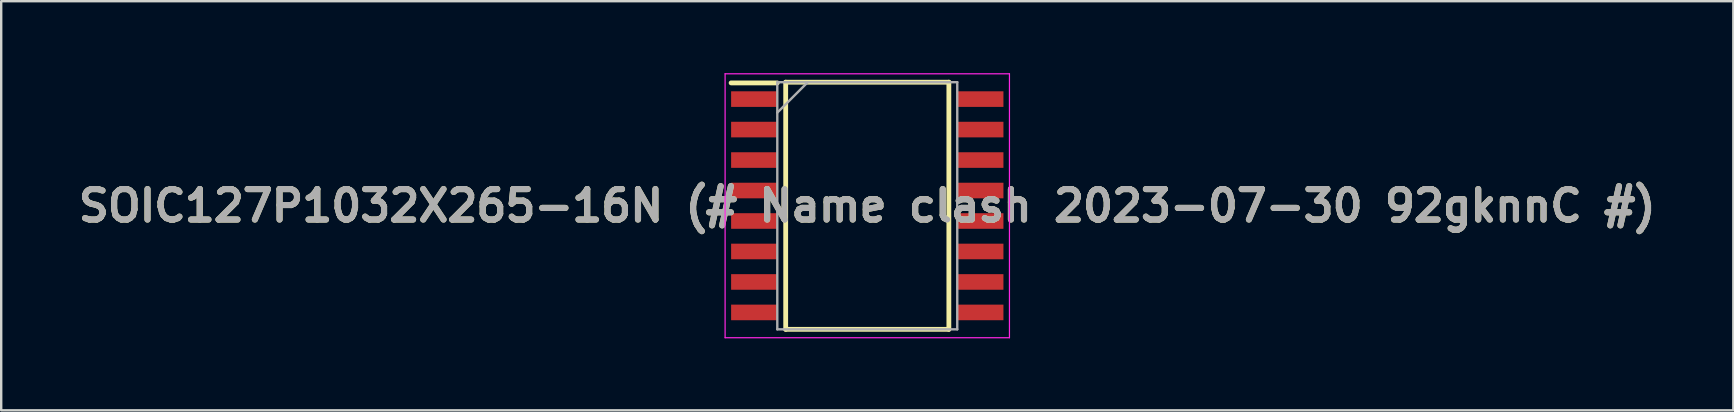
<source format=kicad_pcb>
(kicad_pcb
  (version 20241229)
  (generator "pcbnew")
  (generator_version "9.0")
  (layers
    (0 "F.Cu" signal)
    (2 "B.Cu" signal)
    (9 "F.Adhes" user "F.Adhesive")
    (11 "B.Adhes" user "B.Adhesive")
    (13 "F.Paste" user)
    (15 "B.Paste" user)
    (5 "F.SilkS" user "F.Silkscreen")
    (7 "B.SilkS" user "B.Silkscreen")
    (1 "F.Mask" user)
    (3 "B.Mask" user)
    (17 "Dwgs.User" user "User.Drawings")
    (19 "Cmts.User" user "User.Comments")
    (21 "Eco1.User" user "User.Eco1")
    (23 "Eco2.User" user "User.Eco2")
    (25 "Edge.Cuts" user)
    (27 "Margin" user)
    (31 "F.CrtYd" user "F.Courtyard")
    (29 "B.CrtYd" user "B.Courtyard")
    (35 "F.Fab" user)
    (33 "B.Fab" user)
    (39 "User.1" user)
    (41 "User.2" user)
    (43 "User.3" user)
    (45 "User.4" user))
  (footprint "SOIC127P1032X265-16N (# Name clash 2023-07-30 92gknnC #)"
    (layer "F.Cu")
    (at 33.093 5.525)
    (property "Reference" "SOIC127P1032X265-16N (# Name clash 2023-07-30 92gknnC #)" (at 0 0 0) (layer "F.SilkS") (effects (font (size 1.27 1.27) (thickness 0.254))))
    (attr smd)
    (fp_line (start -5.675 -5.12) (end -3.75 -5.12) (stroke (width 0.2) (type solid)) (layer "F.SilkS"))
    (fp_line (start -3.4 -5.15) (end 3.4 -5.15) (stroke (width 0.2) (type solid)) (layer "F.SilkS"))
    (fp_line (start -3.4 5.15) (end -3.4 -5.15) (stroke (width 0.2) (type solid)) (layer "F.SilkS"))
    (fp_line (start 3.4 -5.15) (end 3.4 5.15) (stroke (width 0.2) (type solid)) (layer "F.SilkS"))
    (fp_line (start 3.4 5.15) (end -3.4 5.15) (stroke (width 0.2) (type solid)) (layer "F.SilkS"))
    (fp_line (start -5.925 -5.5) (end 5.925 -5.5) (stroke (width 0.05) (type solid)) (layer "F.CrtYd"))
    (fp_line (start -5.925 5.5) (end -5.925 -5.5) (stroke (width 0.05) (type solid)) (layer "F.CrtYd"))
    (fp_line (start 5.925 -5.5) (end 5.925 5.5) (stroke (width 0.05) (type solid)) (layer "F.CrtYd"))
    (fp_line (start 5.925 5.5) (end -5.925 5.5) (stroke (width 0.05) (type solid)) (layer "F.CrtYd"))
    (fp_line (start -3.75 -5.15) (end 3.75 -5.15) (stroke (width 0.1) (type solid)) (layer "F.Fab"))
    (fp_line (start -3.75 -3.88) (end -2.48 -5.15) (stroke (width 0.1) (type solid)) (layer "F.Fab"))
    (fp_line (start -3.75 5.15) (end -3.75 -5.15) (stroke (width 0.1) (type solid)) (layer "F.Fab"))
    (fp_line (start 3.75 -5.15) (end 3.75 5.15) (stroke (width 0.1) (type solid)) (layer "F.Fab"))
    (fp_line (start 3.75 5.15) (end -3.75 5.15) (stroke (width 0.1) (type solid)) (layer "F.Fab"))
    (fp_text user "${REFERENCE}" (at 0 0 0) (layer "F.Fab") (effects (font (size 1.27 1.27) (thickness 0.254))))
    (pad "1" smd rect (at -4.712 -4.445 90) (size 0.65 1.925) (layers "F.Cu" "F.Mask" "F.Paste"))
    (pad "2" smd rect (at -4.712 -3.175 90) (size 0.65 1.925) (layers "F.Cu" "F.Mask" "F.Paste"))
    (pad "3" smd rect (at -4.712 -1.905 90) (size 0.65 1.925) (layers "F.Cu" "F.Mask" "F.Paste"))
    (pad "4" smd rect (at -4.712 -0.635 90) (size 0.65 1.925) (layers "F.Cu" "F.Mask" "F.Paste"))
    (pad "5" smd rect (at -4.712 0.635 90) (size 0.65 1.925) (layers "F.Cu" "F.Mask" "F.Paste"))
    (pad "6" smd rect (at -4.712 1.905 90) (size 0.65 1.925) (layers "F.Cu" "F.Mask" "F.Paste"))
    (pad "7" smd rect (at -4.712 3.175 90) (size 0.65 1.925) (layers "F.Cu" "F.Mask" "F.Paste"))
    (pad "8" smd rect (at -4.712 4.445 90) (size 0.65 1.925) (layers "F.Cu" "F.Mask" "F.Paste"))
    (pad "9" smd rect (at 4.712 4.445 90) (size 0.65 1.925) (layers "F.Cu" "F.Mask" "F.Paste"))
    (pad "10" smd rect (at 4.712 3.175 90) (size 0.65 1.925) (layers "F.Cu" "F.Mask" "F.Paste"))
    (pad "11" smd rect (at 4.712 1.905 90) (size 0.65 1.925) (layers "F.Cu" "F.Mask" "F.Paste"))
    (pad "12" smd rect (at 4.712 0.635 90) (size 0.65 1.925) (layers "F.Cu" "F.Mask" "F.Paste"))
    (pad "13" smd rect (at 4.712 -0.635 90) (size 0.65 1.925) (layers "F.Cu" "F.Mask" "F.Paste"))
    (pad "14" smd rect (at 4.712 -1.905 90) (size 0.65 1.925) (layers "F.Cu" "F.Mask" "F.Paste"))
    (pad "15" smd rect (at 4.712 -3.175 90) (size 0.65 1.925) (layers "F.Cu" "F.Mask" "F.Paste"))
    (pad "16" smd rect (at 4.712 -4.445 90) (size 0.65 1.925) (layers "F.Cu" "F.Mask" "F.Paste")))
  (gr_rect
    (start -3 -3)
    (end 69.185 14.05)
    (stroke (width 0.1) (type default))
    (fill no)
    (layer "Edge.Cuts")))
</source>
